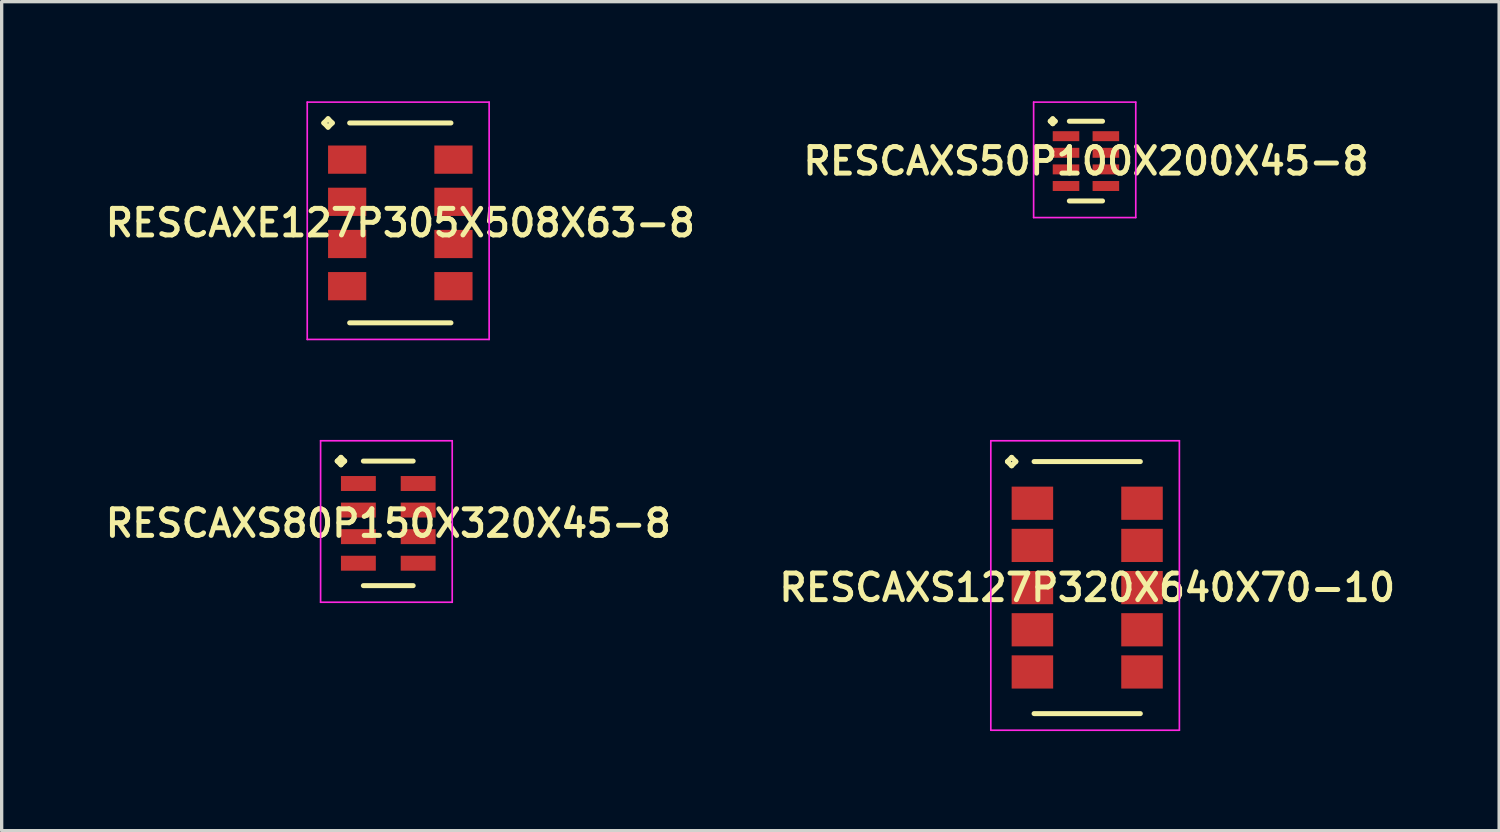
<source format=kicad_pcb>
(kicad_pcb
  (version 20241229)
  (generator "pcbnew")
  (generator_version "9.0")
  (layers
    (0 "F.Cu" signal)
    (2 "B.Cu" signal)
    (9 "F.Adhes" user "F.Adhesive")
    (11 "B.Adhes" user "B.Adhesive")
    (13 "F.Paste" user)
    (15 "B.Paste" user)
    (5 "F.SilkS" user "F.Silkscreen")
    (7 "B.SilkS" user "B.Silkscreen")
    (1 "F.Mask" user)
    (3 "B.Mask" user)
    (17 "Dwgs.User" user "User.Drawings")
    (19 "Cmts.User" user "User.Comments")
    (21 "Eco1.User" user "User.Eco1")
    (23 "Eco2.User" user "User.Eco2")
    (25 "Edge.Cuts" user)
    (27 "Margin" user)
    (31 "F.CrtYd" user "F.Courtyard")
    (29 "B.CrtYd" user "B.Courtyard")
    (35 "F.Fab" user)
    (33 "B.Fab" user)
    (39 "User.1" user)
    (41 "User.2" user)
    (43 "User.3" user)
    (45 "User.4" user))
  (footprint "RESCAXS80P150X320X45-8"
    (layer "F.Cu")
    (at 8.64 12.707)
    (property "Reference" "RESCAXS80P150X320X45-8" (at 0 0 0) (layer "F.SilkS") (effects (font (size 0.8 0.8) (thickness 0.15))))
    (attr smd)
    (fp_line (start -1.538 -1.875) (end -1.425 -1.988) (stroke (width 0.15) (type solid)) (layer "F.SilkS"))
    (fp_line (start -1.425 -1.988) (end -1.312 -1.875) (stroke (width 0.15) (type solid)) (layer "F.SilkS"))
    (fp_line (start -1.425 -1.762) (end -1.538 -1.875) (stroke (width 0.15) (type solid)) (layer "F.SilkS"))
    (fp_line (start -1.312 -1.875) (end -1.425 -1.762) (stroke (width 0.15) (type solid)) (layer "F.SilkS"))
    (fp_line (start -0.75 -1.875) (end 0.75 -1.875) (stroke (width 0.15) (type solid)) (layer "F.SilkS"))
    (fp_line (start -0.75 1.875) (end 0.75 1.875) (stroke (width 0.15) (type solid)) (layer "F.SilkS"))
    (fp_line (start -2.038 -2.487) (end 1.925 -2.487) (stroke (width 0.05) (type solid)) (layer "F.CrtYd"))
    (fp_line (start -2.038 2.375) (end -2.038 -2.487) (stroke (width 0.05) (type solid)) (layer "F.CrtYd"))
    (fp_line (start 1.925 -2.487) (end 1.925 2.375) (stroke (width 0.05) (type solid)) (layer "F.CrtYd"))
    (fp_line (start 1.925 2.375) (end -2.038 2.375) (stroke (width 0.05) (type solid)) (layer "F.CrtYd"))
    (pad "1" smd rect (at -0.9 -1.2) (size 1.05 0.45) (layers "F.Cu" "F.Mask" "F.Paste"))
    (pad "2" smd rect (at -0.9 -0.4) (size 1.05 0.45) (layers "F.Cu" "F.Mask" "F.Paste"))
    (pad "3" smd rect (at -0.9 0.4) (size 1.05 0.45) (layers "F.Cu" "F.Mask" "F.Paste"))
    (pad "4" smd rect (at -0.9 1.2) (size 1.05 0.45) (layers "F.Cu" "F.Mask" "F.Paste"))
    (pad "5" smd rect (at 0.9 1.2) (size 1.05 0.45) (layers "F.Cu" "F.Mask" "F.Paste"))
    (pad "6" smd rect (at 0.9 0.4) (size 1.05 0.45) (layers "F.Cu" "F.Mask" "F.Paste"))
    (pad "7" smd rect (at 0.9 -0.4) (size 1.05 0.45) (layers "F.Cu" "F.Mask" "F.Paste"))
    (pad "8" smd rect (at 0.9 -1.2) (size 1.05 0.45) (layers "F.Cu" "F.Mask" "F.Paste")))
  (footprint "RESCAXS50P100X200X45-8"
    (layer "F.Cu")
    (at 29.645 1.8)
    (property "Reference" "RESCAXS50P100X200X45-8" (at 0 0 0) (layer "F.SilkS") (effects (font (size 0.8 0.8) (thickness 0.15))))
    (attr smd)
    (fp_line (start -1.075 -1.2) (end -1 -1.275) (stroke (width 0.15) (type solid)) (layer "F.SilkS"))
    (fp_line (start -1 -1.275) (end -0.925 -1.2) (stroke (width 0.15) (type solid)) (layer "F.SilkS"))
    (fp_line (start -1 -1.125) (end -1.075 -1.2) (stroke (width 0.15) (type solid)) (layer "F.SilkS"))
    (fp_line (start -0.925 -1.2) (end -1 -1.125) (stroke (width 0.15) (type solid)) (layer "F.SilkS"))
    (fp_line (start -0.5 -1.2) (end 0.5 -1.2) (stroke (width 0.15) (type solid)) (layer "F.SilkS"))
    (fp_line (start -0.5 1.2) (end 0.5 1.2) (stroke (width 0.15) (type solid)) (layer "F.SilkS"))
    (fp_line (start -1.575 -1.775) (end 1.5 -1.775) (stroke (width 0.05) (type solid)) (layer "F.CrtYd"))
    (fp_line (start -1.575 1.7) (end -1.575 -1.775) (stroke (width 0.05) (type solid)) (layer "F.CrtYd"))
    (fp_line (start 1.5 -1.775) (end 1.5 1.7) (stroke (width 0.05) (type solid)) (layer "F.CrtYd"))
    (fp_line (start 1.5 1.7) (end -1.575 1.7) (stroke (width 0.05) (type solid)) (layer "F.CrtYd"))
    (pad "1" smd rect (at -0.6 -0.75) (size 0.8 0.3) (layers "F.Cu" "F.Mask" "F.Paste"))
    (pad "2" smd rect (at -0.6 -0.25) (size 0.8 0.3) (layers "F.Cu" "F.Mask" "F.Paste"))
    (pad "3" smd rect (at -0.6 0.25) (size 0.8 0.3) (layers "F.Cu" "F.Mask" "F.Paste"))
    (pad "4" smd rect (at -0.6 0.75) (size 0.8 0.3) (layers "F.Cu" "F.Mask" "F.Paste"))
    (pad "5" smd rect (at 0.6 0.75) (size 0.8 0.3) (layers "F.Cu" "F.Mask" "F.Paste"))
    (pad "6" smd rect (at 0.6 0.25) (size 0.8 0.3) (layers "F.Cu" "F.Mask" "F.Paste"))
    (pad "7" smd rect (at 0.6 -0.25) (size 0.8 0.3) (layers "F.Cu" "F.Mask" "F.Paste"))
    (pad "8" smd rect (at 0.6 -0.75) (size 0.8 0.3) (layers "F.Cu" "F.Mask" "F.Paste")))
  (footprint "RESCAXS127P320X640X70-10"
    (layer "F.Cu")
    (at 29.683 14.641)
    (property "Reference" "RESCAXS127P320X640X70-10" (at 0 0 0) (layer "F.SilkS") (effects (font (size 0.8 0.8) (thickness 0.15))))
    (attr smd)
    (fp_line (start -2.402 -3.794) (end -2.275 -3.921) (stroke (width 0.15) (type solid)) (layer "F.SilkS"))
    (fp_line (start -2.275 -3.921) (end -2.148 -3.794) (stroke (width 0.15) (type solid)) (layer "F.SilkS"))
    (fp_line (start -2.275 -3.667) (end -2.402 -3.794) (stroke (width 0.15) (type solid)) (layer "F.SilkS"))
    (fp_line (start -2.148 -3.794) (end -2.275 -3.667) (stroke (width 0.15) (type solid)) (layer "F.SilkS"))
    (fp_line (start -1.6 -3.794) (end 1.6 -3.794) (stroke (width 0.15) (type solid)) (layer "F.SilkS"))
    (fp_line (start -1.6 3.794) (end 1.6 3.794) (stroke (width 0.15) (type solid)) (layer "F.SilkS"))
    (fp_line (start -2.902 -4.421) (end 2.775 -4.421) (stroke (width 0.05) (type solid)) (layer "F.CrtYd"))
    (fp_line (start -2.902 4.294) (end -2.902 -4.421) (stroke (width 0.05) (type solid)) (layer "F.CrtYd"))
    (fp_line (start 2.775 -4.421) (end 2.775 4.294) (stroke (width 0.05) (type solid)) (layer "F.CrtYd"))
    (fp_line (start 2.775 4.294) (end -2.902 4.294) (stroke (width 0.05) (type solid)) (layer "F.CrtYd"))
    (pad "1" smd rect (at -1.65 -2.54) (size 1.25 1) (layers "F.Cu" "F.Mask" "F.Paste"))
    (pad "2" smd rect (at -1.65 -1.27) (size 1.25 1) (layers "F.Cu" "F.Mask" "F.Paste"))
    (pad "3" smd rect (at -1.65 0) (size 1.25 1) (layers "F.Cu" "F.Mask" "F.Paste"))
    (pad "4" smd rect (at -1.65 1.27) (size 1.25 1) (layers "F.Cu" "F.Mask" "F.Paste"))
    (pad "5" smd rect (at -1.65 2.54) (size 1.25 1) (layers "F.Cu" "F.Mask" "F.Paste"))
    (pad "6" smd rect (at 1.65 2.54) (size 1.25 1) (layers "F.Cu" "F.Mask" "F.Paste"))
    (pad "7" smd rect (at 1.65 1.27) (size 1.25 1) (layers "F.Cu" "F.Mask" "F.Paste"))
    (pad "8" smd rect (at 1.65 0) (size 1.25 1) (layers "F.Cu" "F.Mask" "F.Paste"))
    (pad "9" smd rect (at 1.65 -1.27) (size 1.25 1) (layers "F.Cu" "F.Mask" "F.Paste"))
    (pad "10" smd rect (at 1.65 -2.54) (size 1.25 1) (layers "F.Cu" "F.Mask" "F.Paste")))
  (footprint "RESCAXE127P305X508X63-8"
    (layer "F.Cu")
    (at 9.002 3.661)
    (property "Reference" "RESCAXE127P305X508X63-8" (at 0 0 0) (layer "F.SilkS") (effects (font (size 0.8 0.8) (thickness 0.15))))
    (attr smd)
    (fp_line (start -2.302 -3.009) (end -2.175 -3.136) (stroke (width 0.15) (type solid)) (layer "F.SilkS"))
    (fp_line (start -2.175 -3.136) (end -2.048 -3.009) (stroke (width 0.15) (type solid)) (layer "F.SilkS"))
    (fp_line (start -2.175 -2.882) (end -2.302 -3.009) (stroke (width 0.15) (type solid)) (layer "F.SilkS"))
    (fp_line (start -2.048 -3.009) (end -2.175 -2.882) (stroke (width 0.15) (type solid)) (layer "F.SilkS"))
    (fp_line (start -1.525 -3.009) (end 1.525 -3.009) (stroke (width 0.15) (type solid)) (layer "F.SilkS"))
    (fp_line (start -1.525 3.009) (end 1.525 3.009) (stroke (width 0.15) (type solid)) (layer "F.SilkS"))
    (fp_line (start -2.802 -3.636) (end 2.675 -3.636) (stroke (width 0.05) (type solid)) (layer "F.CrtYd"))
    (fp_line (start -2.802 3.509) (end -2.802 -3.636) (stroke (width 0.05) (type solid)) (layer "F.CrtYd"))
    (fp_line (start 2.675 -3.636) (end 2.675 3.509) (stroke (width 0.05) (type solid)) (layer "F.CrtYd"))
    (fp_line (start 2.675 3.509) (end -2.802 3.509) (stroke (width 0.05) (type solid)) (layer "F.CrtYd"))
    (pad "1" smd rect (at -1.6 -1.905) (size 1.15 0.85) (layers "F.Cu" "F.Mask" "F.Paste"))
    (pad "2" smd rect (at -1.6 -0.635) (size 1.15 0.85) (layers "F.Cu" "F.Mask" "F.Paste"))
    (pad "3" smd rect (at -1.6 0.635) (size 1.15 0.85) (layers "F.Cu" "F.Mask" "F.Paste"))
    (pad "4" smd rect (at -1.6 1.905) (size 1.15 0.85) (layers "F.Cu" "F.Mask" "F.Paste"))
    (pad "5" smd rect (at 1.6 1.905) (size 1.15 0.85) (layers "F.Cu" "F.Mask" "F.Paste"))
    (pad "6" smd rect (at 1.6 0.635) (size 1.15 0.85) (layers "F.Cu" "F.Mask" "F.Paste"))
    (pad "7" smd rect (at 1.6 -0.635) (size 1.15 0.85) (layers "F.Cu" "F.Mask" "F.Paste"))
    (pad "8" smd rect (at 1.6 -1.905) (size 1.15 0.85) (layers "F.Cu" "F.Mask" "F.Paste")))
  (gr_rect
    (start -3 -3)
    (end 42.085 21.96)
    (stroke (width 0.1) (type default))
    (fill no)
    (layer "Edge.Cuts")))
</source>
